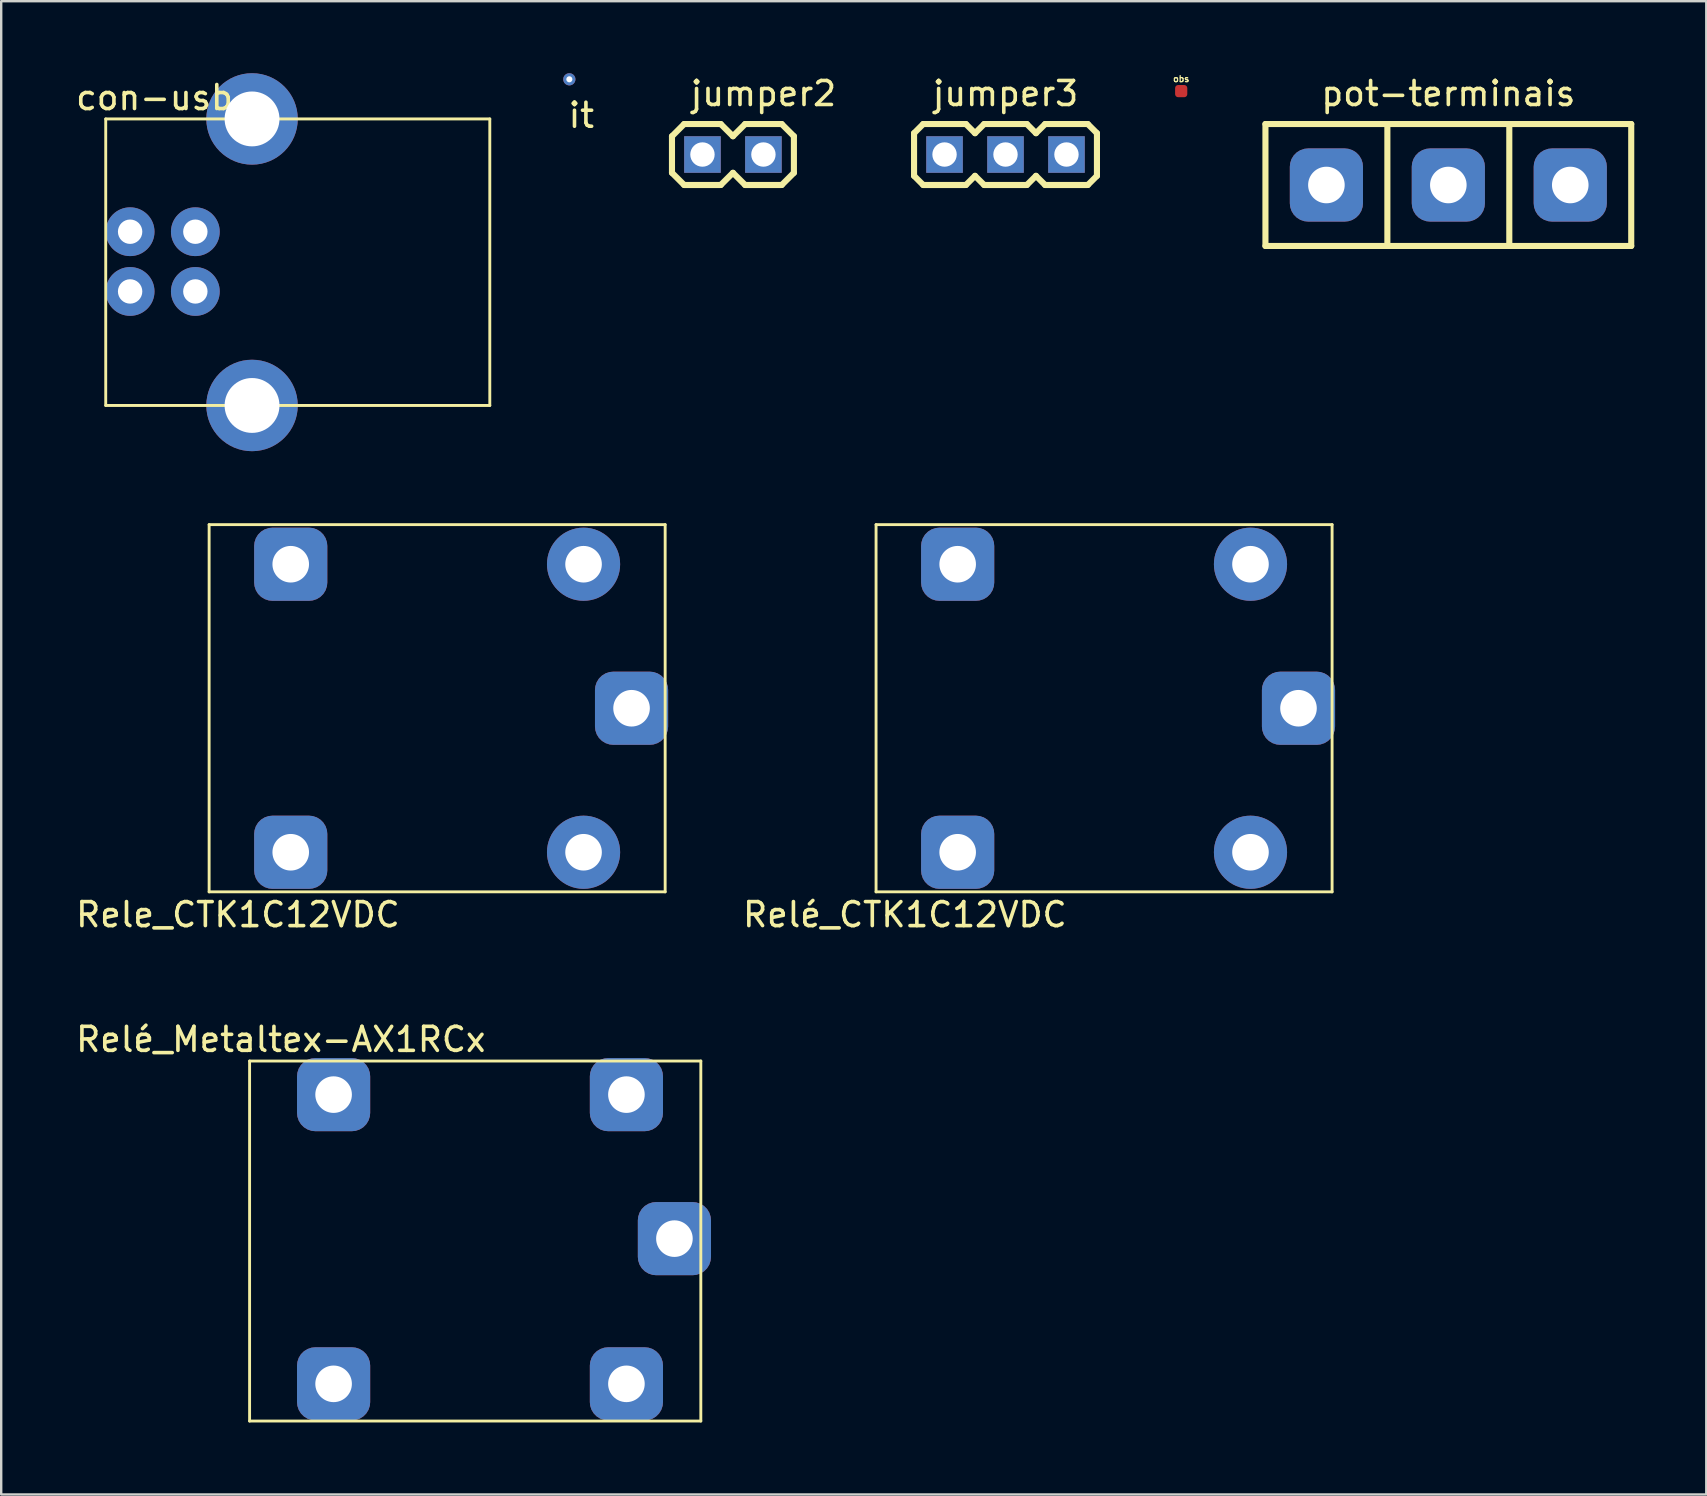
<source format=kicad_pcb>
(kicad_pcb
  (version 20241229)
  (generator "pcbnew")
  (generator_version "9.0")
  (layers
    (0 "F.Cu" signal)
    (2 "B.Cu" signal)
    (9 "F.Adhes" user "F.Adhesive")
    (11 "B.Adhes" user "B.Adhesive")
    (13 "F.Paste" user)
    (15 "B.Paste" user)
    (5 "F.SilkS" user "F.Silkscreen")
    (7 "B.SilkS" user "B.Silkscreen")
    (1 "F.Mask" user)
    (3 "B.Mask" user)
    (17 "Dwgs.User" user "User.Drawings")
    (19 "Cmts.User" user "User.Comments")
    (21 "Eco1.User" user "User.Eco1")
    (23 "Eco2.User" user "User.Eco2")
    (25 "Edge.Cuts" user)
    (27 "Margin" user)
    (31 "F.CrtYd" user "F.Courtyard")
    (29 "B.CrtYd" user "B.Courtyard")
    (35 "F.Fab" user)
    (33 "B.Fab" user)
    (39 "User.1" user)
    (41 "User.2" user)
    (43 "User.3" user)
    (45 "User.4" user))
  (footprint "jumper2"
    (layer "F.Cu")
    (at 26.217 7.198)
    (property "Reference" "jumper2" (at 2.54 -6.35 0) (layer "F.SilkS") (effects (font (size 1 1) (thickness 0.15))))
    (attr through_hole)
    (fp_line (start -1.27 -4.572) (end -0.762 -5.08) (stroke (width 0.254) (type solid)) (layer "F.SilkS"))
    (fp_line (start -1.27 -3.048) (end -1.27 -4.572) (stroke (width 0.254) (type solid)) (layer "F.SilkS"))
    (fp_line (start -1.27 -3.048) (end -0.762 -2.54) (stroke (width 0.254) (type solid)) (layer "F.SilkS"))
    (fp_line (start -0.762 -5.08) (end 0.762 -5.08) (stroke (width 0.254) (type solid)) (layer "F.SilkS"))
    (fp_line (start 0.762 -2.54) (end -0.762 -2.54) (stroke (width 0.254) (type solid)) (layer "F.SilkS"))
    (fp_line (start 1.27 -4.572) (end 0.762 -5.08) (stroke (width 0.254) (type solid)) (layer "F.SilkS"))
    (fp_line (start 1.27 -4.572) (end 1.778 -5.08) (stroke (width 0.254) (type solid)) (layer "F.SilkS"))
    (fp_line (start 1.27 -3.048) (end 0.762 -2.54) (stroke (width 0.254) (type solid)) (layer "F.SilkS"))
    (fp_line (start 1.27 -3.048) (end 1.778 -2.54) (stroke (width 0.254) (type solid)) (layer "F.SilkS"))
    (fp_line (start 1.778 -5.08) (end 3.302 -5.08) (stroke (width 0.254) (type solid)) (layer "F.SilkS"))
    (fp_line (start 3.302 -2.54) (end 1.778 -2.54) (stroke (width 0.254) (type solid)) (layer "F.SilkS"))
    (fp_line (start 3.81 -4.572) (end 3.302 -5.08) (stroke (width 0.254) (type solid)) (layer "F.SilkS"))
    (fp_line (start 3.81 -4.572) (end 3.81 -3.048) (stroke (width 0.254) (type solid)) (layer "F.SilkS"))
    (fp_line (start 3.81 -3.048) (end 3.302 -2.54) (stroke (width 0.254) (type solid)) (layer "F.SilkS"))
    (pad "1" thru_hole rect (at 0 -3.81) (size 1.524 1.524) (drill 1.016) (layers "*.Cu" "*.Mask"))
    (pad "2" thru_hole rect (at 2.54 -3.81) (size 1.524 1.524) (drill 1.016) (layers "*.Cu" "*.Mask")))
  (footprint "Relé_CTK1C12VDC"
    (layer "F.Cu")
    (at 36.85 36.158)
    (property "Reference" "Relé_CTK1C12VDC" (at -2.2 -1.1 0) (layer "F.SilkS") (effects (font (size 1 1) (thickness 0.15))))
    (attr through_hole)
    (fp_line (start -3.4 -17.35) (end -3.4 -2.05) (stroke (width 0.12) (type solid)) (layer "F.SilkS"))
    (fp_line (start -3.4 -2.05) (end 15.6 -2.05) (stroke (width 0.12) (type solid)) (layer "F.SilkS"))
    (fp_line (start 15.6 -17.35) (end -3.4 -17.35) (stroke (width 0.12) (type solid)) (layer "F.SilkS"))
    (fp_line (start 15.6 -2.05) (end 15.6 -17.35) (stroke (width 0.12) (type solid)) (layer "F.SilkS"))
    (pad "1" thru_hole circle (at 12.2 -3.7) (size 3.048 3.048) (drill 1.524) (layers "*.Cu" "*.Mask"))
    (pad "2" thru_hole roundrect (at 14.2 -9.7) (size 3.048 3.048) (drill 1.524) (layers "*.Cu" "*.Mask") (roundrect_rratio 0.25))
    (pad "3" thru_hole circle (at 12.2 -15.7) (size 3.048 3.048) (drill 1.524) (layers "*.Cu" "*.Mask"))
    (pad "4" thru_hole roundrect (at 0 -15.7) (size 3.048 3.048) (drill 1.524) (layers "*.Cu" "*.Mask") (roundrect_rratio 0.25))
    (pad "5" thru_hole roundrect (at 0 -3.7) (size 3.048 3.048) (drill 1.524) (layers "*.Cu" "*.Mask") (roundrect_rratio 0.25)))
  (footprint "jumper3"
    (layer "F.Cu")
    (at 36.303 7.198)
    (property "Reference" "jumper3" (at 2.54 -6.35 0) (layer "F.SilkS") (effects (font (size 1 1) (thickness 0.15))))
    (attr through_hole)
    (fp_line (start -1.27 -4.699) (end -0.889 -5.08) (stroke (width 0.254) (type solid)) (layer "F.SilkS"))
    (fp_line (start -1.27 -2.921) (end -1.27 -4.699) (stroke (width 0.254) (type solid)) (layer "F.SilkS"))
    (fp_line (start -0.889 -5.08) (end 0.889 -5.08) (stroke (width 0.254) (type solid)) (layer "F.SilkS"))
    (fp_line (start -0.889 -2.54) (end -1.27 -2.921) (stroke (width 0.254) (type solid)) (layer "F.SilkS"))
    (fp_line (start 0.889 -5.08) (end 1.27 -4.699) (stroke (width 0.254) (type solid)) (layer "F.SilkS"))
    (fp_line (start 0.889 -2.54) (end -0.889 -2.54) (stroke (width 0.254) (type solid)) (layer "F.SilkS"))
    (fp_line (start 1.27 -4.699) (end 1.651 -5.08) (stroke (width 0.254) (type solid)) (layer "F.SilkS"))
    (fp_line (start 1.27 -2.921) (end 0.889 -2.54) (stroke (width 0.254) (type solid)) (layer "F.SilkS"))
    (fp_line (start 1.651 -5.08) (end 3.429 -5.08) (stroke (width 0.254) (type solid)) (layer "F.SilkS"))
    (fp_line (start 1.651 -2.54) (end 1.27 -2.921) (stroke (width 0.254) (type solid)) (layer "F.SilkS"))
    (fp_line (start 3.429 -5.08) (end 3.81 -4.699) (stroke (width 0.254) (type solid)) (layer "F.SilkS"))
    (fp_line (start 3.429 -2.54) (end 1.651 -2.54) (stroke (width 0.254) (type solid)) (layer "F.SilkS"))
    (fp_line (start 3.81 -4.699) (end 4.191 -5.08) (stroke (width 0.254) (type solid)) (layer "F.SilkS"))
    (fp_line (start 3.81 -2.921) (end 3.429 -2.54) (stroke (width 0.254) (type solid)) (layer "F.SilkS"))
    (fp_line (start 4.191 -5.08) (end 5.969 -5.08) (stroke (width 0.254) (type solid)) (layer "F.SilkS"))
    (fp_line (start 4.191 -2.54) (end 3.81 -2.921) (stroke (width 0.254) (type solid)) (layer "F.SilkS"))
    (fp_line (start 5.969 -5.08) (end 6.35 -4.699) (stroke (width 0.254) (type solid)) (layer "F.SilkS"))
    (fp_line (start 5.969 -2.54) (end 4.191 -2.54) (stroke (width 0.254) (type solid)) (layer "F.SilkS"))
    (fp_line (start 6.35 -4.699) (end 6.35 -2.921) (stroke (width 0.254) (type solid)) (layer "F.SilkS"))
    (fp_line (start 6.35 -2.921) (end 5.969 -2.54) (stroke (width 0.254) (type solid)) (layer "F.SilkS"))
    (pad "1" thru_hole rect (at 0 -3.81) (size 1.524 1.524) (drill 1.016) (layers "*.Cu" "*.Mask"))
    (pad "2" thru_hole rect (at 2.54 -3.81) (size 1.524 1.524) (drill 1.016) (layers "*.Cu" "*.Mask"))
    (pad "3" thru_hole rect (at 5.08 -3.81) (size 1.524 1.524) (drill 1.016) (layers "*.Cu" "*.Mask")))
  (footprint "Relé_Metaltex-AX1RCx"
    (layer "F.Cu")
    (at 16.749 48.656)
    (property "Reference" "Relé_Metaltex-AX1RCx" (at -8.1 -8.4 0) (layer "F.SilkS") (effects (font (size 1 1) (thickness 0.15))))
    (attr through_hole)
    (fp_line (start -9.4 -7.5) (end -9.4 7.5) (stroke (width 0.12) (type solid)) (layer "F.SilkS"))
    (fp_line (start -9.4 7.5) (end 9.4 7.5) (stroke (width 0.12) (type solid)) (layer "F.SilkS"))
    (fp_line (start 9.4 -7.5) (end -9.4 -7.5) (stroke (width 0.12) (type solid)) (layer "F.SilkS"))
    (fp_line (start 9.4 7.5) (end 9.4 -7.5) (stroke (width 0.12) (type solid)) (layer "F.SilkS"))
    (pad "1" thru_hole roundrect (at 6.3 5.95) (size 3.048 3.048) (drill 1.524) (layers "*.Cu" "*.Mask") (roundrect_rratio 0.25))
    (pad "2" thru_hole roundrect (at 8.3 -0.1) (size 3.048 3.048) (drill 1.524) (layers "*.Cu" "*.Mask") (roundrect_rratio 0.25))
    (pad "3" thru_hole roundrect (at 6.3 -6.1) (size 3.048 3.048) (drill 1.524) (layers "*.Cu" "*.Mask") (roundrect_rratio 0.25))
    (pad "4" thru_hole roundrect (at -5.9 -6.1) (size 3.048 3.048) (drill 1.524) (layers "*.Cu" "*.Mask") (roundrect_rratio 0.25))
    (pad "5" thru_hole roundrect (at -5.9 5.95) (size 3.048 3.048) (drill 1.524) (layers "*.Cu" "*.Mask") (roundrect_rratio 0.25)))
  (footprint "Rele_CTK1C12VDC"
    (layer "F.Cu")
    (at 9.063 36.158)
    (property "Reference" "Rele_CTK1C12VDC" (at -2.2 -1.1 0) (layer "F.SilkS") (effects (font (size 1 1) (thickness 0.15))))
    (attr through_hole)
    (fp_line (start -3.4 -17.35) (end -3.4 -2.05) (stroke (width 0.12) (type solid)) (layer "F.SilkS"))
    (fp_line (start -3.4 -2.05) (end 15.6 -2.05) (stroke (width 0.12) (type solid)) (layer "F.SilkS"))
    (fp_line (start 15.6 -17.35) (end -3.4 -17.35) (stroke (width 0.12) (type solid)) (layer "F.SilkS"))
    (fp_line (start 15.6 -2.05) (end 15.6 -17.35) (stroke (width 0.12) (type solid)) (layer "F.SilkS"))
    (pad "1" thru_hole circle (at 12.2 -3.7) (size 3.048 3.048) (drill 1.524) (layers "*.Cu" "*.Mask"))
    (pad "2" thru_hole roundrect (at 14.2 -9.7) (size 3.048 3.048) (drill 1.524) (layers "*.Cu" "*.Mask") (roundrect_rratio 0.25))
    (pad "3" thru_hole circle (at 12.2 -15.7) (size 3.048 3.048) (drill 1.524) (layers "*.Cu" "*.Mask"))
    (pad "4" thru_hole roundrect (at 0 -15.7) (size 3.048 3.048) (drill 1.524) (layers "*.Cu" "*.Mask") (roundrect_rratio 0.25))
    (pad "5" thru_hole roundrect (at 0 -3.7) (size 3.048 3.048) (drill 1.524) (layers "*.Cu" "*.Mask") (roundrect_rratio 0.25)))
  (footprint "pot-terminais"
    (layer "F.Cu")
    (at 57.293 7.198)
    (property "Reference" "pot-terminais" (at 0 -6.35 0) (layer "F.SilkS") (effects (font (size 1 1) (thickness 0.15))))
    (attr through_hole)
    (fp_line (start -7.62 -5.08) (end 7.62 -5.08) (stroke (width 0.254) (type solid)) (layer "F.SilkS"))
    (fp_line (start -7.62 0) (end -7.62 -5.08) (stroke (width 0.254) (type solid)) (layer "F.SilkS"))
    (fp_line (start -2.54 -5.08) (end -2.54 0) (stroke (width 0.254) (type solid)) (layer "F.SilkS"))
    (fp_line (start 2.54 -5.08) (end 2.54 0) (stroke (width 0.254) (type solid)) (layer "F.SilkS"))
    (fp_line (start 7.62 -5.08) (end 7.62 0) (stroke (width 0.254) (type solid)) (layer "F.SilkS"))
    (fp_line (start 7.62 0) (end -7.62 0) (stroke (width 0.254) (type solid)) (layer "F.SilkS"))
    (pad "1" thru_hole roundrect (at -5.08 -2.54) (size 3.048 3.048) (drill 1.524) (layers "*.Cu" "*.Mask") (roundrect_rratio 0.25))
    (pad "2" thru_hole roundrect (at 0 -2.54) (size 3.048 3.048) (drill 1.524) (layers "*.Cu" "*.Mask") (roundrect_rratio 0.25))
    (pad "3" thru_hole roundrect (at 5.08 -2.54) (size 3.048 3.048) (drill 1.524) (layers "*.Cu" "*.Mask") (roundrect_rratio 0.25)))
  (footprint "con-usb"
    (layer "F.Cu")
    (at 1.355 13.843)
    (property "Reference" "con-usb" (at 2.032 -12.827 0) (layer "F.SilkS") (effects (font (size 1 1) (thickness 0.15))))
    (attr through_hole)
    (fp_line (start 0 -11.938) (end 0 0) (stroke (width 0.12) (type solid)) (layer "F.SilkS"))
    (fp_line (start 0 0) (end 16.002 0) (stroke (width 0.12) (type solid)) (layer "F.SilkS"))
    (fp_line (start 16.002 -11.938) (end 0 -11.938) (stroke (width 0.12) (type solid)) (layer "F.SilkS"))
    (fp_line (start 16.002 0) (end 16.002 -11.938) (stroke (width 0.12) (type solid)) (layer "F.SilkS"))
    (pad "1" thru_hole circle (at 1.016 -7.239) (size 2.032 2.032) (drill 1.016) (layers "*.Cu" "*.Mask"))
    (pad "2" thru_hole circle (at 1.016 -4.75) (size 2.032 2.032) (drill 1.016) (layers "*.Cu" "*.Mask"))
    (pad "3" thru_hole circle (at 3.734 -4.75) (size 2.032 2.032) (drill 1.016) (layers "*.Cu" "*.Mask"))
    (pad "4" thru_hole circle (at 3.734 -7.239) (size 2.032 2.032) (drill 1.016) (layers "*.Cu" "*.Mask"))
    (pad "H1" thru_hole circle (at 6.096 0) (size 3.81 3.81) (drill 2.286) (layers "*.Cu" "*.Mask"))
    (pad "H2" thru_hole circle (at 6.096 -11.938) (size 3.81 3.81) (drill 2.286) (layers "*.Cu" "*.Mask")))
  (footprint "obs"
    (layer "F.Cu")
    (at 46.163 0.746)
    (property "Reference" "obs" (at 0 -0.508 0) (layer "F.SilkS") (effects (font (size 0.254 0.254) (thickness 0.051))))
    (attr through_hole)
    (pad "1" smd roundrect (at 0 0) (size 0.508 0.508) (layers "F.Cu" "F.Mask" "F.Paste") (roundrect_rratio 0.25)))
  (footprint "it"
    (layer "F.Cu")
    (at 20.671 0.254)
    (property "Reference" "it" (at 0.5 1.5 0) (layer "F.SilkS") (effects (font (size 1 1) (thickness 0.15))))
    (attr through_hole)
    (pad "1" thru_hole circle (at 0 0) (size 0.508 0.508) (drill 0.254) (layers "*.Cu" "*.Mask")))
  (gr_rect
    (start -3 -3)
    (end 68.04 59.216)
    (stroke (width 0.1) (type default))
    (fill no)
    (layer "Edge.Cuts")))
</source>
